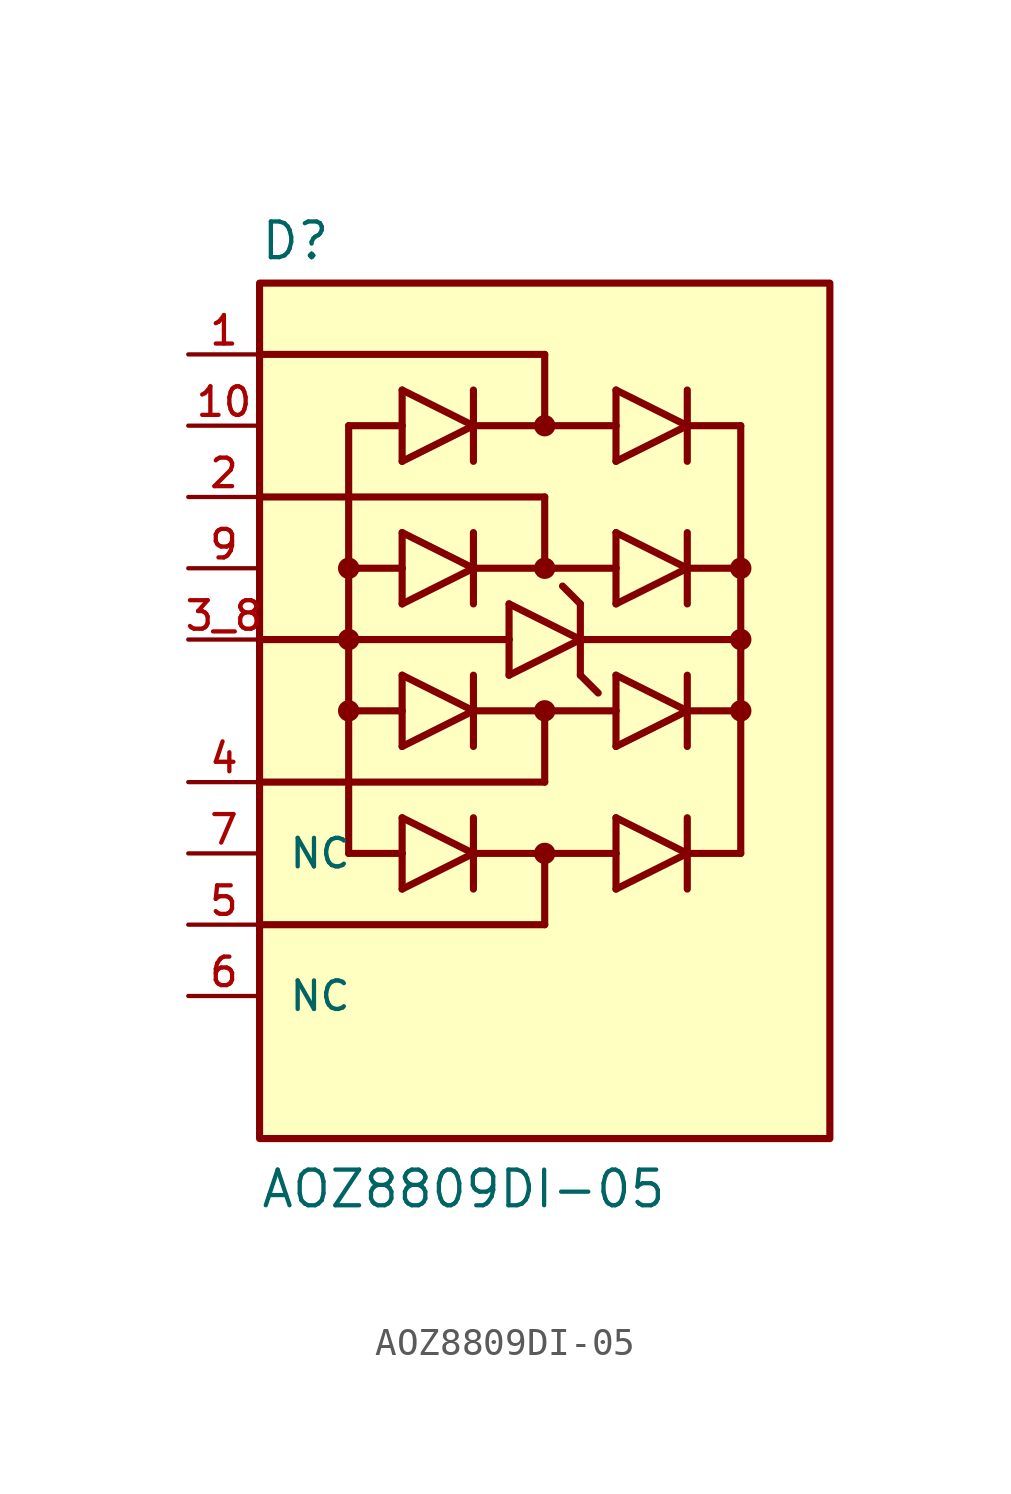
<source format=kicad_sym>
(kicad_symbol_lib
  (version 20231120)
  (generator "kicad_symbol_editor")
  (generator_version "8.0")
  (symbol "AOZ8809DI-05"
    (pin_names
      (offset 1.016))
    (property "Reference" "D"
      (at -10.16 16.002 0)
      (effects (font (size 1.27 1.27)) (justify left bottom)))
    (property "Value" "AOZ8809DI-05"
      (at -10.16 -17.78 0)
      (effects (font (size 1.27 1.27)) (justify left bottom)))
    (symbol "AOZ8809DI-05_0_0"
      (rectangle (start -10.16 15.24) (end 10.16 -15.24) (stroke (width 0.254) (type default)) (fill (type background)))
      (circle (center -6.985 0) (radius 0.191) (stroke (width 0.381) (type default)) (fill (type none)))
      (circle (center -6.985 2.54) (radius 0.191) (stroke (width 0.381) (type default)) (fill (type none)))
      (circle (center -6.985 5.08) (radius 0.191) (stroke (width 0.381) (type default)) (fill (type none)))
      (circle (center 0 -5.08) (radius 0.191) (stroke (width 0.381) (type default)) (fill (type none)))
      (polyline (pts (xy -10.16 -7.62) (xy 0 -7.62)) (stroke (width 0.254) (type default)) (fill (type none)))
      (polyline (pts (xy -10.16 -2.54) (xy 0 -2.54)) (stroke (width 0.254) (type default)) (fill (type none)))
      (polyline (pts (xy -10.16 2.54) (xy -6.985 2.54)) (stroke (width 0.254) (type default)) (fill (type none)))
      (polyline (pts (xy -10.16 7.62) (xy 0 7.62)) (stroke (width 0.254) (type default)) (fill (type none)))
      (polyline (pts (xy -10.16 12.7) (xy 0 12.7)) (stroke (width 0.254) (type default)) (fill (type none)))
      (polyline (pts (xy -6.985 -5.08) (xy -5.08 -5.08)) (stroke (width 0.254) (type default)) (fill (type none)))
      (polyline (pts (xy -6.985 0) (xy -6.985 -5.08)) (stroke (width 0.254) (type default)) (fill (type none)))
      (polyline (pts (xy -6.985 0) (xy -5.08 0)) (stroke (width 0.254) (type default)) (fill (type none)))
      (polyline (pts (xy -6.985 2.54) (xy -6.985 0)) (stroke (width 0.254) (type default)) (fill (type none)))
      (polyline (pts (xy -6.985 5.08) (xy -6.985 2.54)) (stroke (width 0.254) (type default)) (fill (type none)))
      (polyline (pts (xy -6.985 5.08) (xy -6.985 10.16)) (stroke (width 0.254) (type default)) (fill (type none)))
      (polyline (pts (xy -6.985 10.16) (xy -5.08 10.16)) (stroke (width 0.254) (type default)) (fill (type none)))
      (polyline (pts (xy -5.08 -6.35) (xy -2.54 -5.08)) (stroke (width 0.254) (type default)) (fill (type none)))
      (polyline (pts (xy -5.08 -5.08) (xy -5.08 -6.35)) (stroke (width 0.254) (type default)) (fill (type none)))
      (polyline (pts (xy -5.08 -3.81) (xy -5.08 -5.08)) (stroke (width 0.254) (type default)) (fill (type none)))
      (polyline (pts (xy -5.08 -1.27) (xy -2.54 0)) (stroke (width 0.254) (type default)) (fill (type none)))
      (polyline (pts (xy -5.08 0) (xy -5.08 -1.27)) (stroke (width 0.254) (type default)) (fill (type none)))
      (polyline (pts (xy -5.08 1.27) (xy -5.08 0)) (stroke (width 0.254) (type default)) (fill (type none)))
      (polyline (pts (xy -5.08 3.81) (xy -2.54 5.08)) (stroke (width 0.254) (type default)) (fill (type none)))
      (polyline (pts (xy -5.08 5.08) (xy -6.985 5.08)) (stroke (width 0.254) (type default)) (fill (type none)))
      (polyline (pts (xy -5.08 5.08) (xy -5.08 3.81)) (stroke (width 0.254) (type default)) (fill (type none)))
      (polyline (pts (xy -5.08 6.35) (xy -5.08 5.08)) (stroke (width 0.254) (type default)) (fill (type none)))
      (polyline (pts (xy -5.08 8.89) (xy -2.54 10.16)) (stroke (width 0.254) (type default)) (fill (type none)))
      (polyline (pts (xy -5.08 10.16) (xy -5.08 8.89)) (stroke (width 0.254) (type default)) (fill (type none)))
      (polyline (pts (xy -5.08 11.43) (xy -5.08 10.16)) (stroke (width 0.254) (type default)) (fill (type none)))
      (polyline (pts (xy -2.54 -5.08) (xy -5.08 -3.81)) (stroke (width 0.254) (type default)) (fill (type none)))
      (polyline (pts (xy -2.54 -5.08) (xy -2.54 -6.35)) (stroke (width 0.254) (type default)) (fill (type none)))
      (polyline (pts (xy -2.54 -5.08) (xy 0 -5.08)) (stroke (width 0.254) (type default)) (fill (type none)))
      (polyline (pts (xy -2.54 -3.81) (xy -2.54 -5.08)) (stroke (width 0.254) (type default)) (fill (type none)))
      (polyline (pts (xy -2.54 0) (xy -5.08 1.27)) (stroke (width 0.254) (type default)) (fill (type none)))
      (polyline (pts (xy -2.54 0) (xy -2.54 -1.27)) (stroke (width 0.254) (type default)) (fill (type none)))
      (polyline (pts (xy -2.54 0) (xy 0 0)) (stroke (width 0.254) (type default)) (fill (type none)))
      (polyline (pts (xy -2.54 1.27) (xy -2.54 0)) (stroke (width 0.254) (type default)) (fill (type none)))
      (polyline (pts (xy -2.54 5.08) (xy -5.08 6.35)) (stroke (width 0.254) (type default)) (fill (type none)))
      (polyline (pts (xy -2.54 5.08) (xy -2.54 3.81)) (stroke (width 0.254) (type default)) (fill (type none)))
      (polyline (pts (xy -2.54 5.08) (xy 0 5.08)) (stroke (width 0.254) (type default)) (fill (type none)))
      (polyline (pts (xy -2.54 6.35) (xy -2.54 5.08)) (stroke (width 0.254) (type default)) (fill (type none)))
      (polyline (pts (xy -2.54 10.16) (xy -5.08 11.43)) (stroke (width 0.254) (type default)) (fill (type none)))
      (polyline (pts (xy -2.54 10.16) (xy -2.54 8.89)) (stroke (width 0.254) (type default)) (fill (type none)))
      (polyline (pts (xy -2.54 10.16) (xy 0 10.16)) (stroke (width 0.254) (type default)) (fill (type none)))
      (polyline (pts (xy -2.54 11.43) (xy -2.54 10.16)) (stroke (width 0.254) (type default)) (fill (type none)))
      (polyline (pts (xy -1.27 1.27) (xy 1.27 2.54)) (stroke (width 0.254) (type default)) (fill (type none)))
      (polyline (pts (xy -1.27 2.54) (xy -6.985 2.54)) (stroke (width 0.254) (type default)) (fill (type none)))
      (polyline (pts (xy -1.27 2.54) (xy -1.27 1.27)) (stroke (width 0.254) (type default)) (fill (type none)))
      (polyline (pts (xy -1.27 3.81) (xy -1.27 2.54)) (stroke (width 0.254) (type default)) (fill (type none)))
      (polyline (pts (xy 0 -7.62) (xy 0 -5.08)) (stroke (width 0.254) (type default)) (fill (type none)))
      (polyline (pts (xy 0 -5.08) (xy 2.54 -5.08)) (stroke (width 0.254) (type default)) (fill (type none)))
      (polyline (pts (xy 0 0) (xy 0 -2.54)) (stroke (width 0.254) (type default)) (fill (type none)))
      (polyline (pts (xy 0 0) (xy 2.54 0)) (stroke (width 0.254) (type default)) (fill (type none)))
      (polyline (pts (xy 0 5.08) (xy 2.54 5.08)) (stroke (width 0.254) (type default)) (fill (type none)))
      (polyline (pts (xy 0 7.62) (xy 0 5.08)) (stroke (width 0.254) (type default)) (fill (type none)))
      (polyline (pts (xy 0 10.16) (xy 2.54 10.16)) (stroke (width 0.254) (type default)) (fill (type none)))
      (polyline (pts (xy 0 12.7) (xy 0 10.16)) (stroke (width 0.254) (type default)) (fill (type none)))
      (polyline (pts (xy 1.27 1.27) (xy 1.905 0.635)) (stroke (width 0.254) (type default)) (fill (type none)))
      (polyline (pts (xy 1.27 2.54) (xy -1.27 3.81)) (stroke (width 0.254) (type default)) (fill (type none)))
      (polyline (pts (xy 1.27 2.54) (xy 1.27 1.27)) (stroke (width 0.254) (type default)) (fill (type none)))
      (polyline (pts (xy 1.27 2.54) (xy 1.27 3.81)) (stroke (width 0.254) (type default)) (fill (type none)))
      (polyline (pts (xy 1.27 2.54) (xy 6.985 2.54)) (stroke (width 0.254) (type default)) (fill (type none)))
      (polyline (pts (xy 1.27 3.81) (xy 0.635 4.445)) (stroke (width 0.254) (type default)) (fill (type none)))
      (polyline (pts (xy 2.54 -6.35) (xy 5.08 -5.08)) (stroke (width 0.254) (type default)) (fill (type none)))
      (polyline (pts (xy 2.54 -5.08) (xy 2.54 -6.35)) (stroke (width 0.254) (type default)) (fill (type none)))
      (polyline (pts (xy 2.54 -3.81) (xy 2.54 -5.08)) (stroke (width 0.254) (type default)) (fill (type none)))
      (polyline (pts (xy 2.54 -1.27) (xy 5.08 0)) (stroke (width 0.254) (type default)) (fill (type none)))
      (polyline (pts (xy 2.54 0) (xy 2.54 -1.27)) (stroke (width 0.254) (type default)) (fill (type none)))
      (polyline (pts (xy 2.54 1.27) (xy 2.54 0)) (stroke (width 0.254) (type default)) (fill (type none)))
      (polyline (pts (xy 2.54 3.81) (xy 5.08 5.08)) (stroke (width 0.254) (type default)) (fill (type none)))
      (polyline (pts (xy 2.54 5.08) (xy 2.54 3.81)) (stroke (width 0.254) (type default)) (fill (type none)))
      (polyline (pts (xy 2.54 6.35) (xy 2.54 5.08)) (stroke (width 0.254) (type default)) (fill (type none)))
      (polyline (pts (xy 2.54 8.89) (xy 5.08 10.16)) (stroke (width 0.254) (type default)) (fill (type none)))
      (polyline (pts (xy 2.54 10.16) (xy 2.54 8.89)) (stroke (width 0.254) (type default)) (fill (type none)))
      (polyline (pts (xy 2.54 11.43) (xy 2.54 10.16)) (stroke (width 0.254) (type default)) (fill (type none)))
      (polyline (pts (xy 5.08 -5.08) (xy 2.54 -3.81)) (stroke (width 0.254) (type default)) (fill (type none)))
      (polyline (pts (xy 5.08 -5.08) (xy 5.08 -6.35)) (stroke (width 0.254) (type default)) (fill (type none)))
      (polyline (pts (xy 5.08 -5.08) (xy 6.985 -5.08)) (stroke (width 0.254) (type default)) (fill (type none)))
      (polyline (pts (xy 5.08 -3.81) (xy 5.08 -5.08)) (stroke (width 0.254) (type default)) (fill (type none)))
      (polyline (pts (xy 5.08 0) (xy 2.54 1.27)) (stroke (width 0.254) (type default)) (fill (type none)))
      (polyline (pts (xy 5.08 0) (xy 5.08 -1.27)) (stroke (width 0.254) (type default)) (fill (type none)))
      (polyline (pts (xy 5.08 0) (xy 6.985 0)) (stroke (width 0.254) (type default)) (fill (type none)))
      (polyline (pts (xy 5.08 1.27) (xy 5.08 0)) (stroke (width 0.254) (type default)) (fill (type none)))
      (polyline (pts (xy 5.08 5.08) (xy 2.54 6.35)) (stroke (width 0.254) (type default)) (fill (type none)))
      (polyline (pts (xy 5.08 5.08) (xy 5.08 3.81)) (stroke (width 0.254) (type default)) (fill (type none)))
      (polyline (pts (xy 5.08 5.08) (xy 6.985 5.08)) (stroke (width 0.254) (type default)) (fill (type none)))
      (polyline (pts (xy 5.08 6.35) (xy 5.08 5.08)) (stroke (width 0.254) (type default)) (fill (type none)))
      (polyline (pts (xy 5.08 10.16) (xy 2.54 11.43)) (stroke (width 0.254) (type default)) (fill (type none)))
      (polyline (pts (xy 5.08 10.16) (xy 5.08 8.89)) (stroke (width 0.254) (type default)) (fill (type none)))
      (polyline (pts (xy 5.08 10.16) (xy 6.985 10.16)) (stroke (width 0.254) (type default)) (fill (type none)))
      (polyline (pts (xy 5.08 11.43) (xy 5.08 10.16)) (stroke (width 0.254) (type default)) (fill (type none)))
      (polyline (pts (xy 6.985 -5.08) (xy 6.985 0)) (stroke (width 0.254) (type default)) (fill (type none)))
      (polyline (pts (xy 6.985 0) (xy 6.985 2.54)) (stroke (width 0.254) (type default)) (fill (type none)))
      (polyline (pts (xy 6.985 5.08) (xy 6.985 2.54)) (stroke (width 0.254) (type default)) (fill (type none)))
      (polyline (pts (xy 6.985 10.16) (xy 6.985 5.08)) (stroke (width 0.254) (type default)) (fill (type none)))
      (circle (center 0 0) (radius 0.191) (stroke (width 0.381) (type default)) (fill (type none)))
      (circle (center 0 5.08) (radius 0.191) (stroke (width 0.381) (type default)) (fill (type none)))
      (circle (center 0 10.16) (radius 0.191) (stroke (width 0.381) (type default)) (fill (type none)))
      (circle (center 6.985 0) (radius 0.191) (stroke (width 0.381) (type default)) (fill (type none)))
      (circle (center 6.985 2.54) (radius 0.191) (stroke (width 0.381) (type default)) (fill (type none)))
      (circle (center 6.985 5.08) (radius 0.191) (stroke (width 0.381) (type default)) (fill (type none)))
      (pin passive line (at -12.7 12.7 0) (length 2.54) (name "~" (effects (font (size 1.016 1.016)))) (number "1" (effects (font (size 1.016 1.016)))))
      (pin passive line (at -12.7 7.62 0) (length 2.54) (name "~" (effects (font (size 1.016 1.016)))) (number "2" (effects (font (size 1.016 1.016)))))
      (pin power_in line (at -12.7 2.54 0) (length 2.54) (name "~" (effects (font (size 1.016 1.016)))) (number "3_8" (effects (font (size 1.016 1.016)))))
      (pin passive line (at -12.7 -2.54 0) (length 2.54) (name "~" (effects (font (size 1.016 1.016)))) (number "4" (effects (font (size 1.016 1.016)))))
      (pin passive line (at -12.7 -7.62 0) (length 2.54) (name "~" (effects (font (size 1.016 1.016)))) (number "5" (effects (font (size 1.016 1.016))))))
    (symbol "AOZ8809DI-05_1_0"
      (pin free line (at -12.7 10.16 0) (length 2.54) (name "" (effects (font (size 1.016 1.016)))) (number "10" (effects (font (size 1.016 1.016)))))
      (pin free line (at -12.7 -10.16 0) (length 2.54) (name "NC" (effects (font (size 1.016 1.016)))) (number "6" (effects (font (size 1.016 1.016)))))
      (pin free line (at -12.7 -5.08 0) (length 2.54) (name "NC" (effects (font (size 1.016 1.016)))) (number "7" (effects (font (size 1.016 1.016)))))
      (pin free line (at -12.7 5.08 0) (length 2.54) (name "" (effects (font (size 1.016 1.016)))) (number "9" (effects (font (size 1.016 1.016))))))))
</source>
